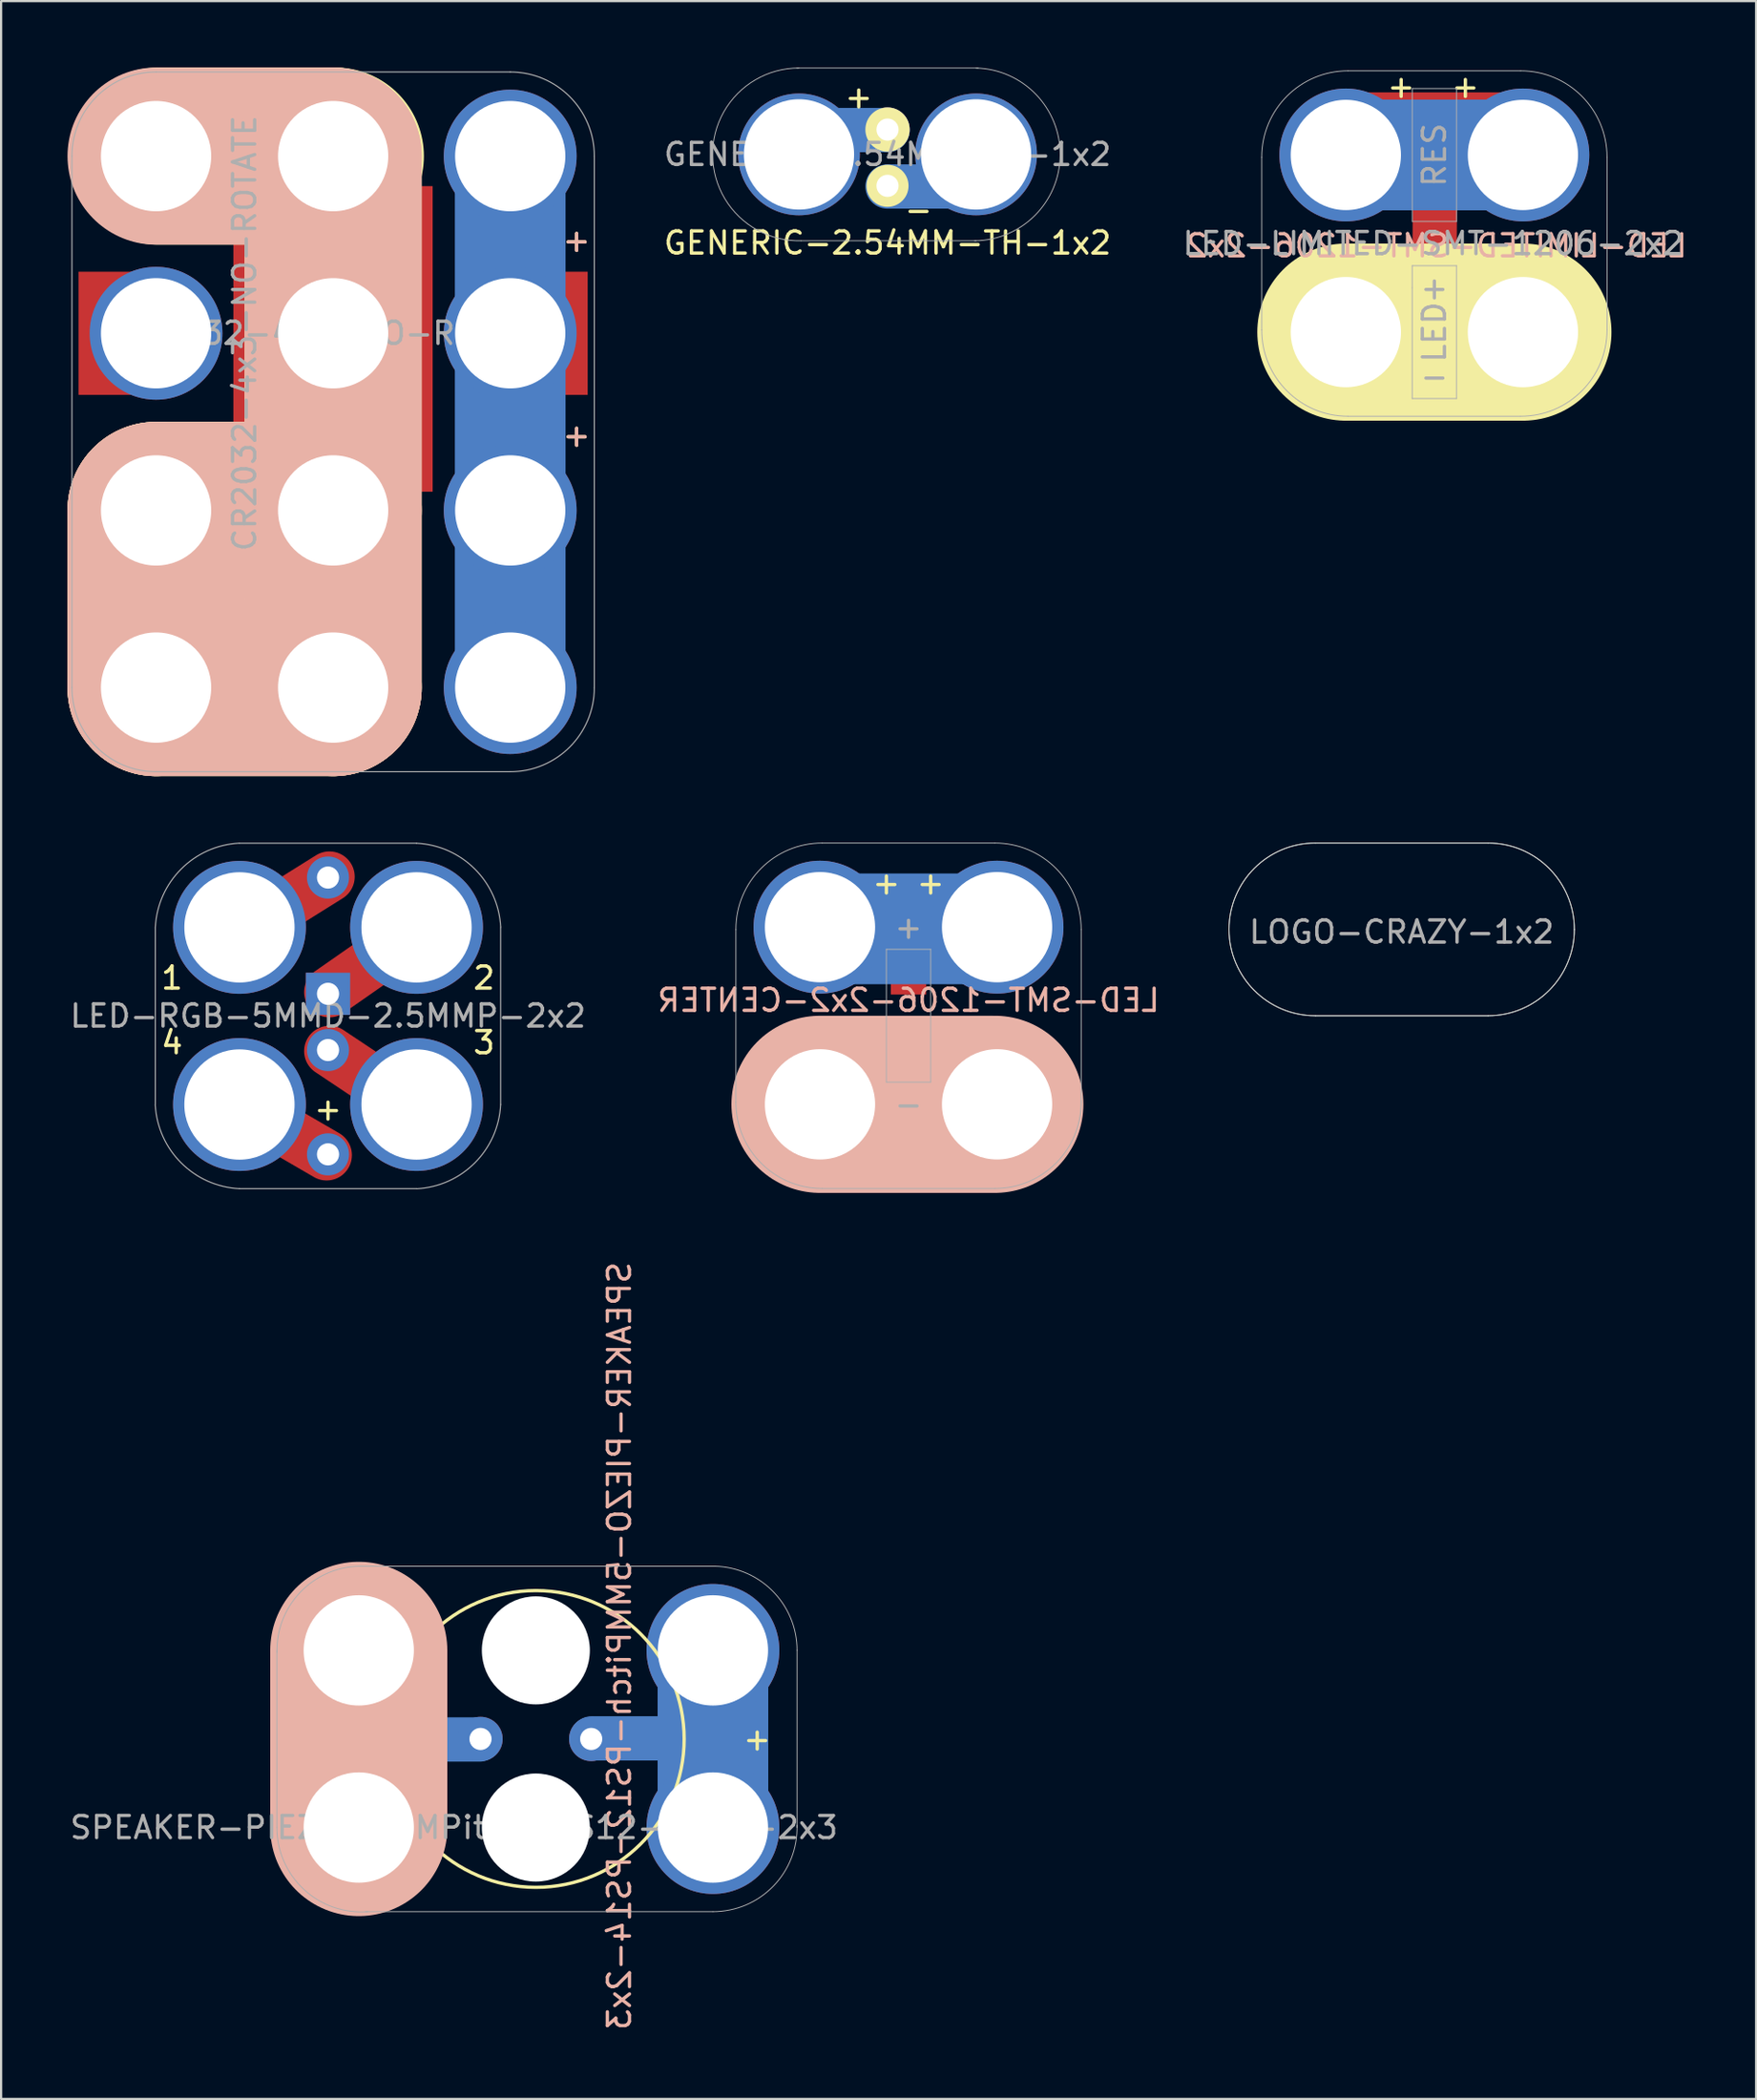
<source format=kicad_pcb>
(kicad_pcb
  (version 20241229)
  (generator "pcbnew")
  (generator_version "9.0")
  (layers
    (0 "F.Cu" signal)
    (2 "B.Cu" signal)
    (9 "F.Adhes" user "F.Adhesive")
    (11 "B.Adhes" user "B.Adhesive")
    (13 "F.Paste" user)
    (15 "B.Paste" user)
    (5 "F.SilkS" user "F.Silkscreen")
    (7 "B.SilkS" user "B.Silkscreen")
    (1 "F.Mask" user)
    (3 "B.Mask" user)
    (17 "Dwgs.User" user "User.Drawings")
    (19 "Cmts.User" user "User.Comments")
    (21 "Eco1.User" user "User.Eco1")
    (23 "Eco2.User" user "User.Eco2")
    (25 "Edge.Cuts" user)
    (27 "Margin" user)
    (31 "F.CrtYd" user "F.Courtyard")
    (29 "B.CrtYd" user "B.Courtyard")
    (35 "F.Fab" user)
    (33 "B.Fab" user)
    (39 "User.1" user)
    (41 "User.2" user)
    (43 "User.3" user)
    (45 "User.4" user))
  (footprint "SPEAKER-PIEZO-5MMPitch-PS12-PS14-2x3"
    (layer "F.Cu")
    (at 13.158 79.479)
    (property "Reference" "SPEAKER-PIEZO-5MMPitch-PS12-PS14-2x3" (at 11.775 -8.2 90) (layer "B.SilkS") (effects (font (size 1 1) (thickness 0.15)) (justify mirror)))
    (attr through_hole)
    (fp_line (start 0 -8) (end 0 0) (stroke (width 5) (type solid)) (layer "B.Cu"))
    (fp_line (start 5.45 -3.975) (end 0.7 -3.975) (stroke (width 2) (type solid)) (layer "B.Cu"))
    (fp_line (start 15.275 -4.025) (end 10.525 -4.025) (stroke (width 2) (type solid)) (layer "B.Cu"))
    (fp_line (start 16 -8) (end 16 0) (stroke (width 5) (type solid)) (layer "B.Cu"))
    (fp_line (start 0 -8) (end 0 0) (stroke (width 5) (type solid)) (layer "B.Mask"))
    (fp_line (start 16 -8) (end 16 0) (stroke (width 5) (type solid)) (layer "B.Mask"))
    (fp_circle (center 8 -4) (end 14.7 -4) (stroke (width 0.15) (type solid)) (fill no) (layer "F.SilkS"))
    (fp_line (start 0 -8) (end 0 0) (stroke (width 8) (type solid)) (layer "B.SilkS"))
    (fp_line (start -3.7 -8) (end -3.7 0) (stroke (width 0.041) (type solid)) (layer "F.Fab"))
    (fp_line (start 16 -11.8) (end 0 -11.8) (stroke (width 0.041) (type solid)) (layer "F.Fab"))
    (fp_line (start 16 3.8) (end 0.3 3.8) (stroke (width 0.041) (type solid)) (layer "F.Fab"))
    (fp_line (start 19.8 -8) (end 19.8 0) (stroke (width 0.041) (type solid)) (layer "F.Fab"))
    (fp_arc (start -3.693368 -7.90018) (mid -2.653367 -10.614068) (end 0 -11.8) (stroke (width 0.04064) (type solid)) (layer "F.Fab"))
    (fp_arc (start 0.411824 3.8) (mid -2.475303 2.799424) (end -3.7 0) (stroke (width 0.04064) (type solid)) (layer "F.Fab"))
    (fp_arc (start 15.9 -11.8) (mid 18.652345 -10.723062) (end 19.801316 -8) (stroke (width 0.04064) (type solid)) (layer "F.Fab"))
    (fp_arc (start 19.8 -0.1) (mid 18.723062 2.652345) (end 16 3.801316) (stroke (width 0.04064) (type solid)) (layer "F.Fab"))
    (fp_text user "-" (at -2 -4 0) (layer "F.SilkS") (effects (font (size 1 1) (thickness 0.15))))
    (fp_text user "+" (at 18 -4 0) (layer "F.SilkS") (effects (font (size 1 1) (thickness 0.15))))
    (fp_text user "${REFERENCE}" (at 4.3 0 0) (layer "F.Fab") (effects (font (size 1 1) (thickness 0.15))))
    (pad "" np_thru_hole circle (at 8 -8) (size 4.88 4.88) (drill 4.98) (layers "*.Cu" "*.Mask"))
    (pad "" np_thru_hole circle (at 8 0) (size 4.88 4.88) (drill 4.98) (layers "*.Cu" "*.Mask"))
    (pad "1" thru_hole circle (at 0 -8) (size 6 6) (drill 4.98) (layers "*.Cu" "*.Mask"))
    (pad "1" thru_hole circle (at 0 0) (size 6 6) (drill 4.98) (layers "*.Cu" "*.Mask"))
    (pad "1" thru_hole circle (at 5.5 -4) (size 2 2) (drill 1.001) (layers "*.Cu" "*.Mask"))
    (pad "2" thru_hole circle (at 10.5 -4) (size 2 2) (drill 1.001) (layers "*.Cu" "*.Mask"))
    (pad "2" thru_hole circle (at 16 -8) (size 6 6) (drill 4.98) (layers "*.Cu" "*.Mask"))
    (pad "2" thru_hole circle (at 16 0) (size 6 6) (drill 4.98) (layers "*.Cu" "*.Mask")))
  (footprint "CR2032-4x3-NO-ROTATE"
    (layer "F.Cu")
    (at 4 20)
    (property "Reference" "CR2032-4x3-NO-ROTATE" (at 4 -8 90) (layer "F.Fab") (effects (font (size 1 1) (thickness 0.15))))
    (attr through_hole)
    (fp_line (start 0 -16) (end 8 -16) (stroke (width 5) (type solid)) (layer "B.Cu"))
    (fp_line (start 0 0) (end 8 0) (stroke (width 5) (type solid)) (layer "B.Cu"))
    (fp_line (start 0 8) (end 0 0) (stroke (width 5) (type solid)) (layer "B.Cu"))
    (fp_line (start 0 8) (end 8 8) (stroke (width 5) (type solid)) (layer "B.Cu"))
    (fp_line (start 0 8) (end 8 8) (stroke (width 5) (type solid)) (layer "B.Cu"))
    (fp_line (start 8 -16) (end 8 8) (stroke (width 5) (type solid)) (layer "B.Cu"))
    (fp_line (start 16 8) (end 16 -16) (stroke (width 5) (type solid)) (layer "B.Cu"))
    (fp_line (start 0 0) (end 8 0) (stroke (width 5) (type solid)) (layer "B.Mask"))
    (fp_line (start 0 8) (end 0 0) (stroke (width 5) (type solid)) (layer "B.Mask"))
    (fp_line (start 0 8) (end 8 8) (stroke (width 5) (type solid)) (layer "B.Mask"))
    (fp_line (start 8 -16) (end 0 -16) (stroke (width 5) (type solid)) (layer "B.Mask"))
    (fp_line (start 8 8) (end 8 -16) (stroke (width 5) (type solid)) (layer "B.Mask"))
    (fp_line (start 16 -16) (end 16 8) (stroke (width 5) (type solid)) (layer "B.Mask"))
    (fp_line (start 0 0) (end 0 8) (stroke (width 8) (type solid)) (layer "F.SilkS"))
    (fp_line (start 0 0) (end 8 0) (stroke (width 8) (type solid)) (layer "F.SilkS"))
    (fp_line (start 0 8) (end 8 8) (stroke (width 8) (type solid)) (layer "F.SilkS"))
    (fp_line (start 0.1 -16) (end 8.1 -16) (stroke (width 8) (type solid)) (layer "F.SilkS"))
    (fp_line (start 8 8) (end 8 -16) (stroke (width 8) (type solid)) (layer "F.SilkS"))
    (fp_line (start 0 -16) (end 8 -16) (stroke (width 8) (type solid)) (layer "B.SilkS"))
    (fp_line (start 0 0) (end 8 0) (stroke (width 8) (type solid)) (layer "B.SilkS"))
    (fp_line (start 0 8) (end 0 0) (stroke (width 8) (type solid)) (layer "B.SilkS"))
    (fp_line (start 0 8) (end 8 8) (stroke (width 8) (type solid)) (layer "B.SilkS"))
    (fp_line (start 8 8) (end 8 -16) (stroke (width 8) (type solid)) (layer "B.SilkS"))
    (fp_line (start -3.8 -16) (end -3.8 8) (stroke (width 0.05) (type solid)) (layer "F.Fab"))
    (fp_line (start 0 -19.8) (end 16 -19.8) (stroke (width 0.05) (type solid)) (layer "F.Fab"))
    (fp_line (start 0 11.8) (end 16 11.8) (stroke (width 0.05) (type solid)) (layer "F.Fab"))
    (fp_line (start 19.8 -16) (end 19.8 8) (stroke (width 0.05) (type solid)) (layer "F.Fab"))
    (fp_arc (start -3.8 -16) (mid -2.687006 -18.687006) (end 0 -19.8) (stroke (width 0.05) (type solid)) (layer "F.Fab"))
    (fp_arc (start 0 11.8) (mid -2.687006 10.687006) (end -3.8 8) (stroke (width 0.05) (type solid)) (layer "F.Fab"))
    (fp_arc (start 16 -19.8) (mid 18.687006 -18.687006) (end 19.8 -16) (stroke (width 0.05) (type solid)) (layer "F.Fab"))
    (fp_arc (start 19.8 8) (mid 18.687006 10.687006) (end 16 11.8) (stroke (width 0.05) (type solid)) (layer "F.Fab"))
    (fp_text user "+" (at 19 -3.4 0) (layer "F.SilkS") (effects (font (size 1 1) (thickness 0.15))))
    (fp_text user "+" (at 19 -12.2 0) (layer "F.SilkS") (effects (font (size 1 1) (thickness 0.15))))
    (fp_text user "+" (at 19 -3.4 0) (layer "B.SilkS") (effects (font (size 1 1) (thickness 0.15)) (justify mirror)))
    (fp_text user "+" (at 19 -12.2 0) (layer "B.SilkS") (effects (font (size 1 1) (thickness 0.15)) (justify mirror)))
    (fp_text user "${REFERENCE}" (at 8 -8 0) (layer "F.Fab") (effects (font (size 1 1) (thickness 0.15))))
    (pad "+" smd rect (at -2.2 -8) (size 2.6 5.56) (layers "F.Cu" "F.Mask" "F.Paste"))
    (pad "+" thru_hole circle (at 0 -8) (size 6 6) (drill 4.98) (layers "*.Cu"))
    (pad "+" thru_hole circle (at 16 -16) (size 6 6) (drill 4.98) (layers "*.Cu" "B.Mask"))
    (pad "+" thru_hole circle (at 16 -8) (size 6 6) (drill 4.98) (layers "*.Cu" "B.Mask"))
    (pad "+" thru_hole circle (at 16 0) (size 6 6) (drill 4.98) (layers "*.Cu" "B.Mask"))
    (pad "+" thru_hole circle (at 16 8) (size 6 6) (drill 4.98) (layers "*.Cu" "B.Mask"))
    (pad "+" smd rect (at 18.2 -8) (size 2.6 5.56) (layers "F.Cu" "F.Mask" "F.Paste"))
    (pad "GND" thru_hole circle (at 0 -16) (size 6 6) (drill 4.98) (layers "*.Cu" "*.Mask"))
    (pad "GND" thru_hole circle (at 0 0) (size 6 6) (drill 4.98) (layers "*.Cu" "*.Mask"))
    (pad "GND" thru_hole circle (at 0 8) (size 6 6) (drill 4.98) (layers "*.Cu" "*.Mask"))
    (pad "GND" smd rect (at 7.996 -7.746) (size 9 13.8) (layers "F.Cu" "F.Mask" "F.Paste"))
    (pad "GND" thru_hole circle (at 8 -16) (size 6 6) (drill 4.98) (layers "*.Cu" "*.Mask"))
    (pad "GND" thru_hole circle (at 8 -8) (size 6 6) (drill 4.98) (layers "*.Cu" "*.Mask"))
    (pad "GND" thru_hole circle (at 8 0) (size 6 6) (drill 4.98) (layers "*.Cu" "*.Mask"))
    (pad "GND" thru_hole circle (at 8 8) (size 6 6) (drill 4.98) (layers "*.Cu" "*.Mask")))
  (footprint "LOGO-CRAZY-1x2"
    (layer "F.Cu")
    (at 60.273 42.82)
    (property "Reference" "LOGO-CRAZY-1x2" (at 0 -3.782 0) (layer "F.Fab") (effects (font (size 1 1) (thickness 0.15))))
    (attr through_hole)
    (fp_line (start 3.9 -7.8) (end -3.9 -7.8) (stroke (width 0.041) (type solid)) (layer "Edge.Cuts"))
    (fp_line (start 3.9 0) (end -3.9 0) (stroke (width 0.041) (type solid)) (layer "Edge.Cuts"))
    (fp_arc (start -7.8 -3.9) (mid -6.657716 -6.657716) (end -3.9 -7.8) (stroke (width 0.04064) (type solid)) (layer "Edge.Cuts"))
    (fp_arc (start -3.9 0) (mid -6.657716 -1.142284) (end -7.8 -3.9) (stroke (width 0.04064) (type solid)) (layer "Edge.Cuts"))
    (fp_arc (start 3.9 -7.8) (mid 6.657716 -6.657716) (end 7.8 -3.9) (stroke (width 0.04064) (type solid)) (layer "Edge.Cuts"))
    (fp_arc (start 7.8 -3.9) (mid 6.657716 -1.142284) (end 3.9 0) (stroke (width 0.04064) (type solid)) (layer "Edge.Cuts"))
    (fp_line (start 3.9 -7.8) (end -3.9 -7.8) (stroke (width 0.041) (type solid)) (layer "F.Fab"))
    (fp_line (start 3.9 0) (end -3.9 0) (stroke (width 0.041) (type solid)) (layer "F.Fab"))
    (fp_arc (start -7.8 -3.9) (mid -6.657716 -6.657716) (end -3.9 -7.8) (stroke (width 0.04064) (type solid)) (layer "F.Fab"))
    (fp_arc (start -3.9 0) (mid -6.657716 -1.142284) (end -7.8 -3.9) (stroke (width 0.04064) (type solid)) (layer "F.Fab"))
    (fp_arc (start 3.9 -7.8) (mid 6.657716 -6.657716) (end 7.8 -3.9) (stroke (width 0.04064) (type solid)) (layer "F.Fab"))
    (fp_arc (start 7.8 -3.9) (mid 6.657716 -1.142284) (end 3.9 0) (stroke (width 0.04064) (type solid)) (layer "F.Fab")))
  (footprint "LED-SMT-1206-2x2-CENTER"
    (layer "F.Cu")
    (at 33.994 46.82)
    (property "Reference" "LED-SMT-1206-2x2-CENTER" (at 4 -4.7 0) (layer "B.SilkS") (effects (font (size 1 1) (thickness 0.15)) (justify mirror)))
    (attr through_hole)
    (fp_line (start 0 0) (end 7.9 0) (stroke (width 5) (type solid)) (layer "B.Cu"))
    (fp_line (start 0.025 -7.925) (end 7.925 -7.925) (stroke (width 5) (type solid)) (layer "B.Cu"))
    (fp_line (start 0 0) (end 7.9 0) (stroke (width 5) (type solid)) (layer "B.Mask"))
    (fp_line (start 0.025 -7.925) (end 7.925 -7.925) (stroke (width 5) (type solid)) (layer "B.Mask"))
    (fp_line (start 0 0) (end 7.9 0) (stroke (width 8) (type solid)) (layer "B.SilkS"))
    (fp_line (start -3.8 -0.1) (end -3.8 -7.9) (stroke (width 0.041) (type solid)) (layer "F.Fab"))
    (fp_line (start 3 -7) (end 5 -7) (stroke (width 0.041) (type solid)) (layer "F.Fab"))
    (fp_line (start 3 -1) (end 3 -7) (stroke (width 0.041) (type solid)) (layer "F.Fab"))
    (fp_line (start 5 -7) (end 5 -1) (stroke (width 0.041) (type solid)) (layer "F.Fab"))
    (fp_line (start 5 -1) (end 3 -1) (stroke (width 0.041) (type solid)) (layer "F.Fab"))
    (fp_line (start 7.9 -11.8) (end 0.1 -11.8) (stroke (width 0.041) (type solid)) (layer "F.Fab"))
    (fp_line (start 7.9 3.8) (end 0.1 3.8) (stroke (width 0.041) (type solid)) (layer "F.Fab"))
    (fp_line (start 11.8 -0.1) (end 11.8 -7.9) (stroke (width 0.041) (type solid)) (layer "F.Fab"))
    (fp_arc (start -3.8 -7.9) (mid -2.657716 -10.657716) (end 0.1 -11.8) (stroke (width 0.04064) (type solid)) (layer "F.Fab"))
    (fp_arc (start 0.1 3.8) (mid -2.657716 2.657716) (end -3.8 -0.1) (stroke (width 0.04064) (type solid)) (layer "F.Fab"))
    (fp_arc (start 7.9 -11.8) (mid 10.657716 -10.657716) (end 11.8 -7.9) (stroke (width 0.04064) (type solid)) (layer "F.Fab"))
    (fp_arc (start 11.8 -0.1) (mid 10.657716 2.657716) (end 7.9 3.8) (stroke (width 0.04064) (type solid)) (layer "F.Fab"))
    (fp_text user "+" (at 5 -10 0) (layer "F.SilkS") (effects (font (size 1 1) (thickness 0.15))))
    (fp_text user "+" (at 3 -10 0) (layer "F.SilkS") (effects (font (size 1 1) (thickness 0.15))))
    (fp_text user "+" (at 4 -8 0) (layer "F.Fab") (effects (font (size 1 1) (thickness 0.15))))
    (fp_text user "-" (at 4 0 0) (layer "F.Fab") (effects (font (size 1 1) (thickness 0.15))))
    (pad "1" thru_hole circle (at 0 -8) (size 6 6) (drill 4.98) (layers "*.Cu" "*.Mask"))
    (pad "1" smd rect (at 4 -5.71) (size 1.6 1.5) (layers "F.Cu" "F.Mask" "F.Paste"))
    (pad "1" thru_hole circle (at 8 -8) (size 6 6) (drill 4.98) (layers "*.Cu" "*.Mask"))
    (pad "2" thru_hole circle (at 0 0) (size 6 6) (drill 4.98) (layers "*.Cu" "*.Mask"))
    (pad "2" smd rect (at 4 -2.29) (size 1.6 1.5) (layers "F.Cu" "F.Mask" "F.Paste"))
    (pad "2" thru_hole circle (at 8 0) (size 6 6) (drill 4.98) (layers "*.Cu" "*.Mask")))
  (footprint "LED-LIMITED-SMT-1206-2x2"
    (layer "F.Cu")
    (at 57.75 11.948)
    (property "Reference" "LED-LIMITED-SMT-1206-2x2" (at 4.1 -3.9 0) (layer "B.SilkS") (effects (font (size 1 1) (thickness 0.15)) (justify mirror)))
    (attr through_hole)
    (fp_line (start -0.2 -9.825) (end 7.925 -9.825) (stroke (width 2) (type solid)) (layer "F.Cu"))
    (fp_line (start 0.05 1.75) (end 8.175 1.75) (stroke (width 2) (type solid)) (layer "F.Cu"))
    (fp_line (start 4 -1.85) (end 4.025 -6.275) (stroke (width 2) (type solid)) (layer "F.Cu"))
    (fp_line (start 0 -8) (end 7.9 -8) (stroke (width 5) (type solid)) (layer "B.Cu"))
    (fp_line (start 0 0) (end 7.9 0) (stroke (width 5) (type solid)) (layer "B.Cu"))
    (fp_line (start 0 -8) (end 7.9 -8) (stroke (width 5) (type solid)) (layer "B.Mask"))
    (fp_line (start 0 0) (end 7.9 0) (stroke (width 5) (type solid)) (layer "B.Mask"))
    (fp_line (start 0 0) (end 8 0) (stroke (width 8) (type solid)) (layer "F.SilkS"))
    (fp_line (start -3.8 -0.1) (end -3.8 -7.9) (stroke (width 0.041) (type solid)) (layer "F.Fab"))
    (fp_line (start 3 -11) (end 5 -11) (stroke (width 0.041) (type solid)) (layer "F.Fab"))
    (fp_line (start 3 -5) (end 3 -11) (stroke (width 0.041) (type solid)) (layer "F.Fab"))
    (fp_line (start 3 -3) (end 3 -2) (stroke (width 0.041) (type solid)) (layer "F.Fab"))
    (fp_line (start 3 -2) (end 3 3) (stroke (width 0.041) (type solid)) (layer "F.Fab"))
    (fp_line (start 3 3) (end 5 3) (stroke (width 0.041) (type solid)) (layer "F.Fab"))
    (fp_line (start 5 -11) (end 5 -5) (stroke (width 0.041) (type solid)) (layer "F.Fab"))
    (fp_line (start 5 -5) (end 3 -5) (stroke (width 0.041) (type solid)) (layer "F.Fab"))
    (fp_line (start 5 -3) (end 3 -3) (stroke (width 0.041) (type solid)) (layer "F.Fab"))
    (fp_line (start 5 3) (end 5 -3) (stroke (width 0.041) (type solid)) (layer "F.Fab"))
    (fp_line (start 7.9 -11.8) (end 0.1 -11.8) (stroke (width 0.041) (type solid)) (layer "F.Fab"))
    (fp_line (start 7.9 3.8) (end 0.1 3.8) (stroke (width 0.041) (type solid)) (layer "F.Fab"))
    (fp_line (start 11.8 -0.1) (end 11.8 -7.9) (stroke (width 0.041) (type solid)) (layer "F.Fab"))
    (fp_arc (start -3.8 -7.9) (mid -2.657716 -10.657716) (end 0.1 -11.8) (stroke (width 0.04064) (type solid)) (layer "F.Fab"))
    (fp_arc (start 0.1 3.8) (mid -2.657716 2.657716) (end -3.8 -0.1) (stroke (width 0.04064) (type solid)) (layer "F.Fab"))
    (fp_arc (start 7.9 -11.8) (mid 10.657716 -10.657716) (end 11.8 -7.9) (stroke (width 0.04064) (type solid)) (layer "F.Fab"))
    (fp_arc (start 11.8 -0.1) (mid 10.657716 2.657716) (end 7.9 3.8) (stroke (width 0.04064) (type solid)) (layer "F.Fab"))
    (fp_text user "+" (at 5.4 -11.1 0) (layer "F.SilkS") (effects (font (size 1 1) (thickness 0.15))))
    (fp_text user "+" (at 2.5 -11.1 0) (layer "F.SilkS") (effects (font (size 1 1) (thickness 0.15))))
    (fp_text user "${REFERENCE}" (at 3.95 -4 0) (layer "F.Fab") (effects (font (size 1 1) (thickness 0.15))))
    (fp_text user "LED" (at 4 0 90) (layer "F.Fab") (effects (font (size 1 1) (thickness 0.15))))
    (fp_text user "RES" (at 4 -8 90) (layer "F.Fab") (effects (font (size 1 1) (thickness 0.15))))
    (fp_text user "+" (at 4 -2 0) (layer "F.Fab") (effects (font (size 1 1) (thickness 0.15))))
    (fp_text user "-" (at 4 2 0) (layer "F.Fab") (effects (font (size 1 1) (thickness 0.15))))
    (pad "1" thru_hole circle (at 0 -8) (size 6 6) (drill 4.98) (layers "*.Cu" "*.Mask"))
    (pad "1" smd rect (at 4 -9.81) (size 1.6 1.5) (layers "F.Cu" "F.Mask" "F.Paste"))
    (pad "1" thru_hole circle (at 8 -8) (size 6 6) (drill 4.98) (layers "*.Cu" "*.Mask"))
    (pad "2" thru_hole circle (at 0 0) (size 6 6) (drill 4.98) (layers "*.Cu" "*.Mask"))
    (pad "2" smd rect (at 4 1.71) (size 1.6 1.5) (layers "F.Cu" "F.Mask" "F.Paste"))
    (pad "2" thru_hole circle (at 8 0) (size 6 6) (drill 4.98) (layers "*.Cu" "*.Mask"))
    (pad "3" smd rect (at 4 -6.39) (size 1.6 1.5) (layers "F.Cu" "F.Mask" "F.Paste"))
    (pad "3" smd rect (at 4 -1.71) (size 1.6 1.5) (layers "F.Cu" "F.Mask" "F.Paste")))
  (footprint "LED-RGB-5MMD-2.5MMP-2x2"
    (layer "F.Cu")
    (at 7.768 46.829)
    (property "Reference" "LED-RGB-5MMD-2.5MMP-2x2" (at 4 -4 0) (layer "F.Fab") (effects (font (size 1 1) (thickness 0.15))))
    (attr through_hole)
    (fp_line (start 3.937 2.286) (end 0 0) (stroke (width 2.286) (type solid)) (layer "F.Cu"))
    (fp_line (start 4.064 -10.287) (end 0 -7.747) (stroke (width 2.286) (type solid)) (layer "F.Cu"))
    (fp_line (start 4.064 -5.08) (end 8.255 -8.001) (stroke (width 2.286) (type solid)) (layer "F.Cu"))
    (fp_line (start 8.255 0.381) (end 4.064 -2.413) (stroke (width 2.286) (type solid)) (layer "F.Cu"))
    (fp_line (start 3.937 2.286) (end 0 0) (stroke (width 2.286) (type solid)) (layer "F.Mask"))
    (fp_line (start 4.064 -10.287) (end 0 -7.747) (stroke (width 2.286) (type solid)) (layer "F.Mask"))
    (fp_line (start 4.064 -5.08) (end 8.255 -8.001) (stroke (width 2.286) (type solid)) (layer "F.Mask"))
    (fp_line (start 8.255 0.381) (end 4.064 -2.413) (stroke (width 2.286) (type solid)) (layer "F.Mask"))
    (fp_line (start -3.8 -8) (end -3.8 0) (stroke (width 0.05) (type solid)) (layer "F.Fab"))
    (fp_line (start 0 -11.8) (end 8 -11.8) (stroke (width 0.05) (type solid)) (layer "F.Fab"))
    (fp_line (start 0 3.8) (end 8 3.8) (stroke (width 0.05) (type solid)) (layer "F.Fab"))
    (fp_line (start 11.8 -8) (end 11.8 0) (stroke (width 0.05) (type solid)) (layer "F.Fab"))
    (fp_arc (start -3.8 -8) (mid -2.636928 -10.631138) (end -0.009972 -11.803625) (stroke (width 0.05) (type solid)) (layer "F.Fab"))
    (fp_arc (start 0 3.8) (mid -2.631138 2.636928) (end -3.803625 0.009972) (stroke (width 0.05) (type solid)) (layer "F.Fab"))
    (fp_arc (start 8 -11.8) (mid 10.631138 -10.636928) (end 11.803625 -8.009972) (stroke (width 0.05) (type solid)) (layer "F.Fab"))
    (fp_arc (start 11.8 0) (mid 10.636928 2.631138) (end 8.009972 3.803625) (stroke (width 0.05) (type solid)) (layer "F.Fab"))
    (fp_text user "2" (at 11.049 -5.715 0) (layer "F.SilkS") (effects (font (size 1 1) (thickness 0.15))))
    (fp_text user "4" (at -3.048 -2.794 0) (layer "F.SilkS") (effects (font (size 1 1) (thickness 0.15))))
    (fp_text user "1" (at -3.048 -5.715 0) (layer "F.SilkS") (effects (font (size 1 1) (thickness 0.15))))
    (fp_text user "3" (at 11.049 -2.794 0) (layer "F.SilkS") (effects (font (size 1 1) (thickness 0.15))))
    (fp_text user "+" (at 4 0.2 0) (layer "F.SilkS") (effects (font (size 1 1) (thickness 0.15))))
    (pad "1" thru_hole circle (at 0 -8) (size 6 6) (drill 4.98) (layers "*.Cu" "*.Mask"))
    (pad "1" thru_hole circle (at 4 -10.25 270) (size 1.9 1.9) (drill 1.001) (layers "*.Cu" "*.Mask"))
    (pad "2" thru_hole rect (at 4 -5) (size 2 1.9) (drill 1.001) (layers "*.Cu" "*.Mask"))
    (pad "2" thru_hole circle (at 8 -8) (size 6 6) (drill 4.98) (layers "*.Cu" "*.Mask"))
    (pad "3" thru_hole circle (at 4 -2.46 270) (size 1.9 1.9) (drill 1.001) (layers "*.Cu" "*.Mask"))
    (pad "3" thru_hole circle (at 8 0) (size 6 6) (drill 4.98) (layers "*.Cu" "*.Mask"))
    (pad "4" thru_hole circle (at 0 0) (size 6 6) (drill 4.98) (layers "*.Cu" "*.Mask"))
    (pad "4" thru_hole circle (at 4 2.25 270) (size 1.9 1.9) (drill 1.001) (layers "*.Cu" "*.Mask")))
  (footprint "GENERIC-2.54MM-TH-1x2"
    (layer "F.Cu")
    (at 37.045 3.922)
    (property "Reference" "GENERIC-2.54MM-TH-1x2" (at 0 4 0) (layer "F.SilkS") (effects (font (size 1 1) (thickness 0.15))))
    (attr through_hole)
    (fp_line (start 0 -1.1) (end -4 -1.1) (stroke (width 2) (type solid)) (layer "B.Cu"))
    (fp_line (start 4 1.45) (end 0 1.45) (stroke (width 2) (type solid)) (layer "B.Cu"))
    (fp_line (start 4 3.9) (end -3.9 3.9) (stroke (width 0.041) (type solid)) (layer "F.Fab"))
    (fp_line (start 4.1 -3.9) (end -4.1 -3.9) (stroke (width 0.041) (type solid)) (layer "F.Fab"))
    (fp_arc (start -3.9 3.9) (mid -7.900961 0.050004) (end -4 -3.901282) (stroke (width 0.04064) (type solid)) (layer "F.Fab"))
    (fp_arc (start 4 -3.9) (mid 7.801151 0.03192) (end 3.936169 3.901114) (stroke (width 0.04064) (type solid)) (layer "F.Fab"))
    (fp_text user "+" (at -1.3 -2.6 0) (layer "F.SilkS") (effects (font (size 1 1) (thickness 0.15))))
    (fp_text user "-" (at 1.4 2.5 180) (layer "F.SilkS") (effects (font (size 1 1) (thickness 0.15))))
    (fp_text user "${REFERENCE}" (at 0 0 0) (layer "F.Fab") (effects (font (size 1 1) (thickness 0.15))))
    (pad "+" thru_hole circle (at -4 0) (size 5.5 5.5) (drill 4.98) (layers "*.Cu" "*.Mask"))
    (pad "+" thru_hole circle (at 0 -1.12) (size 2 2) (drill 1.001) (layers "*.Cu" "*.Mask" "F.SilkS"))
    (pad "-" thru_hole circle (at 0 1.42 270) (size 1.9 1.9) (drill 1.001) (layers "*.Cu" "*.Mask" "F.SilkS"))
    (pad "-" thru_hole circle (at 4 0) (size 5.5 5.5) (drill 4.98) (layers "*.Cu" "*.Mask")))
  (gr_rect
    (start -3 -3)
    (end 76.285 91.737)
    (stroke (width 0.1) (type default))
    (fill no)
    (layer "Edge.Cuts")))
</source>
